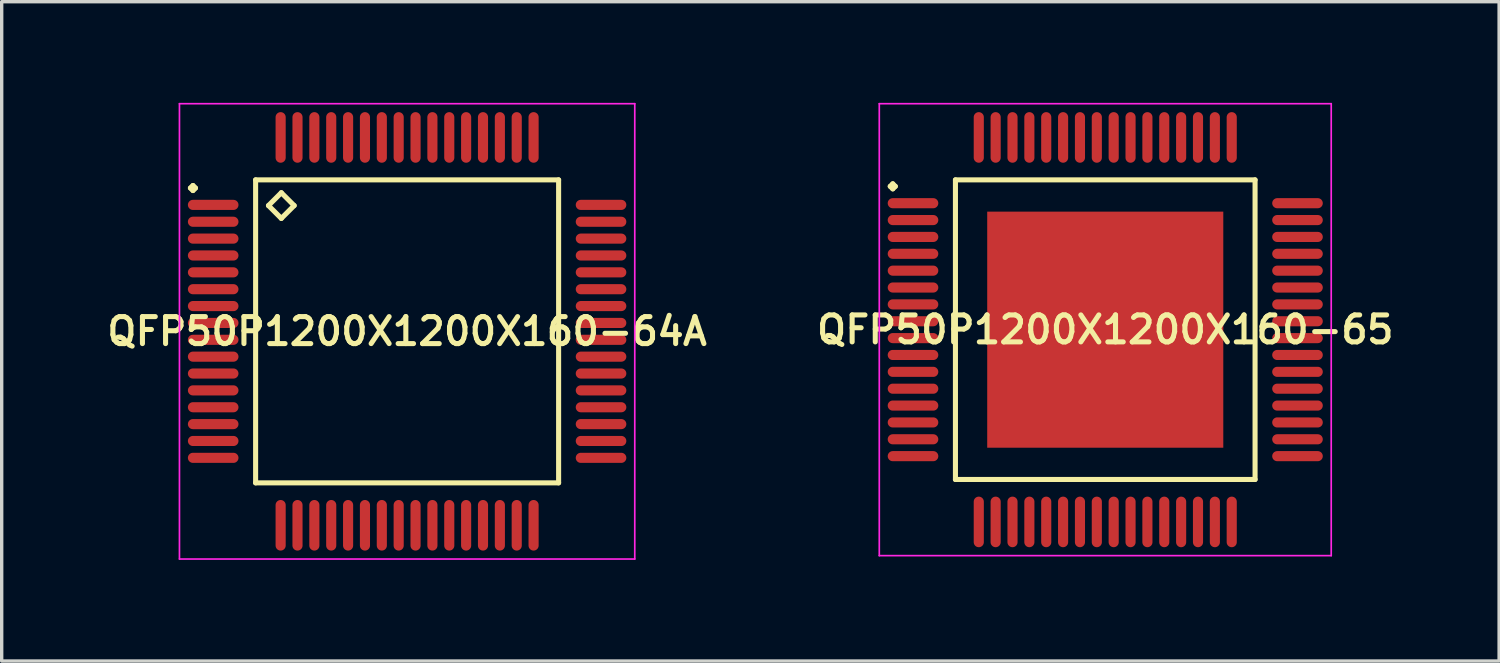
<source format=kicad_pcb>
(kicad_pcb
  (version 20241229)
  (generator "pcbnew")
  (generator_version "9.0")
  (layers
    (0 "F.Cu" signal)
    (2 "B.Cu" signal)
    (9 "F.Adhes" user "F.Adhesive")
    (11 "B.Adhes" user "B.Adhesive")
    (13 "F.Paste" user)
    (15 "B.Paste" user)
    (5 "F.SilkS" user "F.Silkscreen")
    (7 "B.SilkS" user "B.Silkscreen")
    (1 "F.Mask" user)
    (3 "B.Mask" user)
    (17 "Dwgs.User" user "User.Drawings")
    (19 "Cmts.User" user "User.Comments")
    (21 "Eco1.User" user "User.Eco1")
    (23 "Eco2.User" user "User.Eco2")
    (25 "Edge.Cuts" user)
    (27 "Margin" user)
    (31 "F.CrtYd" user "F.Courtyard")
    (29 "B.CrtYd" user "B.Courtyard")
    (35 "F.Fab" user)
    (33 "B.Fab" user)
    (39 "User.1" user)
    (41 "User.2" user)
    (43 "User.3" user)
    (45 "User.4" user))
  (footprint "QFP50P1200X1200X160-65"
    (layer "F.Cu")
    (at 29.721 6.725)
    (property "Reference" "QFP50P1200X1200X160-65" (at 0 0 0) (layer "F.SilkS") (effects (font (size 0.8 0.8) (thickness 0.15))))
    (attr smd)
    (fp_line (start -6.375 -4.25) (end -6.3 -4.325) (stroke (width 0.15) (type solid)) (layer "F.SilkS"))
    (fp_line (start -6.3 -4.325) (end -6.225 -4.25) (stroke (width 0.15) (type solid)) (layer "F.SilkS"))
    (fp_line (start -6.3 -4.175) (end -6.375 -4.25) (stroke (width 0.15) (type solid)) (layer "F.SilkS"))
    (fp_line (start -6.225 -4.25) (end -6.3 -4.175) (stroke (width 0.15) (type solid)) (layer "F.SilkS"))
    (fp_line (start -4.442 -4.442) (end -4.442 4.442) (stroke (width 0.15) (type solid)) (layer "F.SilkS"))
    (fp_line (start -4.442 4.442) (end 4.442 4.442) (stroke (width 0.15) (type solid)) (layer "F.SilkS"))
    (fp_line (start 4.442 -4.442) (end -4.442 -4.442) (stroke (width 0.15) (type solid)) (layer "F.SilkS"))
    (fp_line (start 4.442 4.442) (end 4.442 -4.442) (stroke (width 0.15) (type solid)) (layer "F.SilkS"))
    (fp_line (start -6.7 -6.7) (end 6.7 -6.7) (stroke (width 0.05) (type solid)) (layer "F.CrtYd"))
    (fp_line (start -6.7 6.7) (end -6.7 -6.7) (stroke (width 0.05) (type solid)) (layer "F.CrtYd"))
    (fp_line (start 6.7 -6.7) (end 6.7 6.7) (stroke (width 0.05) (type solid)) (layer "F.CrtYd"))
    (fp_line (start 6.7 6.7) (end -6.7 6.7) (stroke (width 0.05) (type solid)) (layer "F.CrtYd"))
    (pad "1" smd oval (at -5.7 -3.75) (size 1.5 0.3) (layers "F.Cu" "F.Mask" "F.Paste"))
    (pad "2" smd oval (at -5.7 -3.25) (size 1.5 0.3) (layers "F.Cu" "F.Mask" "F.Paste"))
    (pad "3" smd oval (at -5.7 -2.75) (size 1.5 0.3) (layers "F.Cu" "F.Mask" "F.Paste"))
    (pad "4" smd oval (at -5.7 -2.25) (size 1.5 0.3) (layers "F.Cu" "F.Mask" "F.Paste"))
    (pad "5" smd oval (at -5.7 -1.75) (size 1.5 0.3) (layers "F.Cu" "F.Mask" "F.Paste"))
    (pad "6" smd oval (at -5.7 -1.25) (size 1.5 0.3) (layers "F.Cu" "F.Mask" "F.Paste"))
    (pad "7" smd oval (at -5.7 -0.75) (size 1.5 0.3) (layers "F.Cu" "F.Mask" "F.Paste"))
    (pad "8" smd oval (at -5.7 -0.25) (size 1.5 0.3) (layers "F.Cu" "F.Mask" "F.Paste"))
    (pad "9" smd oval (at -5.7 0.25) (size 1.5 0.3) (layers "F.Cu" "F.Mask" "F.Paste"))
    (pad "10" smd oval (at -5.7 0.75) (size 1.5 0.3) (layers "F.Cu" "F.Mask" "F.Paste"))
    (pad "11" smd oval (at -5.7 1.25) (size 1.5 0.3) (layers "F.Cu" "F.Mask" "F.Paste"))
    (pad "12" smd oval (at -5.7 1.75) (size 1.5 0.3) (layers "F.Cu" "F.Mask" "F.Paste"))
    (pad "13" smd oval (at -5.7 2.25) (size 1.5 0.3) (layers "F.Cu" "F.Mask" "F.Paste"))
    (pad "14" smd oval (at -5.7 2.75) (size 1.5 0.3) (layers "F.Cu" "F.Mask" "F.Paste"))
    (pad "15" smd oval (at -5.7 3.25) (size 1.5 0.3) (layers "F.Cu" "F.Mask" "F.Paste"))
    (pad "16" smd oval (at -5.7 3.75) (size 1.5 0.3) (layers "F.Cu" "F.Mask" "F.Paste"))
    (pad "17" smd oval (at -3.75 5.7) (size 0.3 1.5) (layers "F.Cu" "F.Mask" "F.Paste"))
    (pad "18" smd oval (at -3.25 5.7) (size 0.3 1.5) (layers "F.Cu" "F.Mask" "F.Paste"))
    (pad "19" smd oval (at -2.75 5.7) (size 0.3 1.5) (layers "F.Cu" "F.Mask" "F.Paste"))
    (pad "20" smd oval (at -2.25 5.7) (size 0.3 1.5) (layers "F.Cu" "F.Mask" "F.Paste"))
    (pad "21" smd oval (at -1.75 5.7) (size 0.3 1.5) (layers "F.Cu" "F.Mask" "F.Paste"))
    (pad "22" smd oval (at -1.25 5.7) (size 0.3 1.5) (layers "F.Cu" "F.Mask" "F.Paste"))
    (pad "23" smd oval (at -0.75 5.7) (size 0.3 1.5) (layers "F.Cu" "F.Mask" "F.Paste"))
    (pad "24" smd oval (at -0.25 5.7) (size 0.3 1.5) (layers "F.Cu" "F.Mask" "F.Paste"))
    (pad "25" smd oval (at 0.25 5.7) (size 0.3 1.5) (layers "F.Cu" "F.Mask" "F.Paste"))
    (pad "26" smd oval (at 0.75 5.7) (size 0.3 1.5) (layers "F.Cu" "F.Mask" "F.Paste"))
    (pad "27" smd oval (at 1.25 5.7) (size 0.3 1.5) (layers "F.Cu" "F.Mask" "F.Paste"))
    (pad "28" smd oval (at 1.75 5.7) (size 0.3 1.5) (layers "F.Cu" "F.Mask" "F.Paste"))
    (pad "29" smd oval (at 2.25 5.7) (size 0.3 1.5) (layers "F.Cu" "F.Mask" "F.Paste"))
    (pad "30" smd oval (at 2.75 5.7) (size 0.3 1.5) (layers "F.Cu" "F.Mask" "F.Paste"))
    (pad "31" smd oval (at 3.25 5.7) (size 0.3 1.5) (layers "F.Cu" "F.Mask" "F.Paste"))
    (pad "32" smd oval (at 3.75 5.7) (size 0.3 1.5) (layers "F.Cu" "F.Mask" "F.Paste"))
    (pad "33" smd oval (at 5.7 3.75) (size 1.5 0.3) (layers "F.Cu" "F.Mask" "F.Paste"))
    (pad "34" smd oval (at 5.7 3.25) (size 1.5 0.3) (layers "F.Cu" "F.Mask" "F.Paste"))
    (pad "35" smd oval (at 5.7 2.75) (size 1.5 0.3) (layers "F.Cu" "F.Mask" "F.Paste"))
    (pad "36" smd oval (at 5.7 2.25) (size 1.5 0.3) (layers "F.Cu" "F.Mask" "F.Paste"))
    (pad "37" smd oval (at 5.7 1.75) (size 1.5 0.3) (layers "F.Cu" "F.Mask" "F.Paste"))
    (pad "38" smd oval (at 5.7 1.25) (size 1.5 0.3) (layers "F.Cu" "F.Mask" "F.Paste"))
    (pad "39" smd oval (at 5.7 0.75) (size 1.5 0.3) (layers "F.Cu" "F.Mask" "F.Paste"))
    (pad "40" smd oval (at 5.7 0.25) (size 1.5 0.3) (layers "F.Cu" "F.Mask" "F.Paste"))
    (pad "41" smd oval (at 5.7 -0.25) (size 1.5 0.3) (layers "F.Cu" "F.Mask" "F.Paste"))
    (pad "42" smd oval (at 5.7 -0.75) (size 1.5 0.3) (layers "F.Cu" "F.Mask" "F.Paste"))
    (pad "43" smd oval (at 5.7 -1.25) (size 1.5 0.3) (layers "F.Cu" "F.Mask" "F.Paste"))
    (pad "44" smd oval (at 5.7 -1.75) (size 1.5 0.3) (layers "F.Cu" "F.Mask" "F.Paste"))
    (pad "45" smd oval (at 5.7 -2.25) (size 1.5 0.3) (layers "F.Cu" "F.Mask" "F.Paste"))
    (pad "46" smd oval (at 5.7 -2.75) (size 1.5 0.3) (layers "F.Cu" "F.Mask" "F.Paste"))
    (pad "47" smd oval (at 5.7 -3.25) (size 1.5 0.3) (layers "F.Cu" "F.Mask" "F.Paste"))
    (pad "48" smd oval (at 5.7 -3.75) (size 1.5 0.3) (layers "F.Cu" "F.Mask" "F.Paste"))
    (pad "49" smd oval (at 3.75 -5.7) (size 0.3 1.5) (layers "F.Cu" "F.Mask" "F.Paste"))
    (pad "50" smd oval (at 3.25 -5.7) (size 0.3 1.5) (layers "F.Cu" "F.Mask" "F.Paste"))
    (pad "51" smd oval (at 2.75 -5.7) (size 0.3 1.5) (layers "F.Cu" "F.Mask" "F.Paste"))
    (pad "52" smd oval (at 2.25 -5.7) (size 0.3 1.5) (layers "F.Cu" "F.Mask" "F.Paste"))
    (pad "53" smd oval (at 1.75 -5.7) (size 0.3 1.5) (layers "F.Cu" "F.Mask" "F.Paste"))
    (pad "54" smd oval (at 1.25 -5.7) (size 0.3 1.5) (layers "F.Cu" "F.Mask" "F.Paste"))
    (pad "55" smd oval (at 0.75 -5.7) (size 0.3 1.5) (layers "F.Cu" "F.Mask" "F.Paste"))
    (pad "56" smd oval (at 0.25 -5.7) (size 0.3 1.5) (layers "F.Cu" "F.Mask" "F.Paste"))
    (pad "57" smd oval (at -0.25 -5.7) (size 0.3 1.5) (layers "F.Cu" "F.Mask" "F.Paste"))
    (pad "58" smd oval (at -0.75 -5.7) (size 0.3 1.5) (layers "F.Cu" "F.Mask" "F.Paste"))
    (pad "59" smd oval (at -1.25 -5.7) (size 0.3 1.5) (layers "F.Cu" "F.Mask" "F.Paste"))
    (pad "60" smd oval (at -1.75 -5.7) (size 0.3 1.5) (layers "F.Cu" "F.Mask" "F.Paste"))
    (pad "61" smd oval (at -2.25 -5.7) (size 0.3 1.5) (layers "F.Cu" "F.Mask" "F.Paste"))
    (pad "62" smd oval (at -2.75 -5.7) (size 0.3 1.5) (layers "F.Cu" "F.Mask" "F.Paste"))
    (pad "63" smd oval (at -3.25 -5.7) (size 0.3 1.5) (layers "F.Cu" "F.Mask" "F.Paste"))
    (pad "64" smd oval (at -3.75 -5.7) (size 0.3 1.5) (layers "F.Cu" "F.Mask" "F.Paste"))
    (pad "65" smd rect (at 0 0) (size 7 7) (layers "F.Cu" "F.Mask" "F.Paste")))
  (footprint "QFP50P1200X1200X160-64A"
    (layer "F.Cu")
    (at 9.021 6.775)
    (property "Reference" "QFP50P1200X1200X160-64A" (at 0 0 0) (layer "F.SilkS") (effects (font (size 0.8 0.8) (thickness 0.15))))
    (attr smd)
    (fp_line (start -6.425 -4.25) (end -6.35 -4.325) (stroke (width 0.15) (type solid)) (layer "F.SilkS"))
    (fp_line (start -6.35 -4.325) (end -6.275 -4.25) (stroke (width 0.15) (type solid)) (layer "F.SilkS"))
    (fp_line (start -6.35 -4.175) (end -6.425 -4.25) (stroke (width 0.15) (type solid)) (layer "F.SilkS"))
    (fp_line (start -6.275 -4.25) (end -6.35 -4.175) (stroke (width 0.15) (type solid)) (layer "F.SilkS"))
    (fp_line (start -4.492 -4.492) (end -4.492 4.492) (stroke (width 0.15) (type solid)) (layer "F.SilkS"))
    (fp_line (start -4.492 4.492) (end 4.492 4.492) (stroke (width 0.15) (type solid)) (layer "F.SilkS"))
    (fp_line (start -4.111 -3.73) (end -3.73 -4.111) (stroke (width 0.15) (type solid)) (layer "F.SilkS"))
    (fp_line (start -3.73 -4.111) (end -3.349 -3.73) (stroke (width 0.15) (type solid)) (layer "F.SilkS"))
    (fp_line (start -3.73 -3.349) (end -4.111 -3.73) (stroke (width 0.15) (type solid)) (layer "F.SilkS"))
    (fp_line (start -3.349 -3.73) (end -3.73 -3.349) (stroke (width 0.15) (type solid)) (layer "F.SilkS"))
    (fp_line (start 4.492 -4.492) (end -4.492 -4.492) (stroke (width 0.15) (type solid)) (layer "F.SilkS"))
    (fp_line (start 4.492 4.492) (end 4.492 -4.492) (stroke (width 0.15) (type solid)) (layer "F.SilkS"))
    (fp_line (start -6.75 -6.75) (end 6.75 -6.75) (stroke (width 0.05) (type solid)) (layer "F.CrtYd"))
    (fp_line (start -6.75 6.75) (end -6.75 -6.75) (stroke (width 0.05) (type solid)) (layer "F.CrtYd"))
    (fp_line (start 6.75 -6.75) (end 6.75 6.75) (stroke (width 0.05) (type solid)) (layer "F.CrtYd"))
    (fp_line (start 6.75 6.75) (end -6.75 6.75) (stroke (width 0.05) (type solid)) (layer "F.CrtYd"))
    (pad "1" smd oval (at -5.75 -3.75) (size 1.5 0.3) (layers "F.Cu" "F.Mask" "F.Paste"))
    (pad "2" smd oval (at -5.75 -3.25) (size 1.5 0.3) (layers "F.Cu" "F.Mask" "F.Paste"))
    (pad "3" smd oval (at -5.75 -2.75) (size 1.5 0.3) (layers "F.Cu" "F.Mask" "F.Paste"))
    (pad "4" smd oval (at -5.75 -2.25) (size 1.5 0.3) (layers "F.Cu" "F.Mask" "F.Paste"))
    (pad "5" smd oval (at -5.75 -1.75) (size 1.5 0.3) (layers "F.Cu" "F.Mask" "F.Paste"))
    (pad "6" smd oval (at -5.75 -1.25) (size 1.5 0.3) (layers "F.Cu" "F.Mask" "F.Paste"))
    (pad "7" smd oval (at -5.75 -0.75) (size 1.5 0.3) (layers "F.Cu" "F.Mask" "F.Paste"))
    (pad "8" smd oval (at -5.75 -0.25) (size 1.5 0.3) (layers "F.Cu" "F.Mask" "F.Paste"))
    (pad "9" smd oval (at -5.75 0.25) (size 1.5 0.3) (layers "F.Cu" "F.Mask" "F.Paste"))
    (pad "10" smd oval (at -5.75 0.75) (size 1.5 0.3) (layers "F.Cu" "F.Mask" "F.Paste"))
    (pad "11" smd oval (at -5.75 1.25) (size 1.5 0.3) (layers "F.Cu" "F.Mask" "F.Paste"))
    (pad "12" smd oval (at -5.75 1.75) (size 1.5 0.3) (layers "F.Cu" "F.Mask" "F.Paste"))
    (pad "13" smd oval (at -5.75 2.25) (size 1.5 0.3) (layers "F.Cu" "F.Mask" "F.Paste"))
    (pad "14" smd oval (at -5.75 2.75) (size 1.5 0.3) (layers "F.Cu" "F.Mask" "F.Paste"))
    (pad "15" smd oval (at -5.75 3.25) (size 1.5 0.3) (layers "F.Cu" "F.Mask" "F.Paste"))
    (pad "16" smd oval (at -5.75 3.75) (size 1.5 0.3) (layers "F.Cu" "F.Mask" "F.Paste"))
    (pad "17" smd oval (at -3.75 5.75) (size 0.3 1.5) (layers "F.Cu" "F.Mask" "F.Paste"))
    (pad "18" smd oval (at -3.25 5.75) (size 0.3 1.5) (layers "F.Cu" "F.Mask" "F.Paste"))
    (pad "19" smd oval (at -2.75 5.75) (size 0.3 1.5) (layers "F.Cu" "F.Mask" "F.Paste"))
    (pad "20" smd oval (at -2.25 5.75) (size 0.3 1.5) (layers "F.Cu" "F.Mask" "F.Paste"))
    (pad "21" smd oval (at -1.75 5.75) (size 0.3 1.5) (layers "F.Cu" "F.Mask" "F.Paste"))
    (pad "22" smd oval (at -1.25 5.75) (size 0.3 1.5) (layers "F.Cu" "F.Mask" "F.Paste"))
    (pad "23" smd oval (at -0.75 5.75) (size 0.3 1.5) (layers "F.Cu" "F.Mask" "F.Paste"))
    (pad "24" smd oval (at -0.25 5.75) (size 0.3 1.5) (layers "F.Cu" "F.Mask" "F.Paste"))
    (pad "25" smd oval (at 0.25 5.75) (size 0.3 1.5) (layers "F.Cu" "F.Mask" "F.Paste"))
    (pad "26" smd oval (at 0.75 5.75) (size 0.3 1.5) (layers "F.Cu" "F.Mask" "F.Paste"))
    (pad "27" smd oval (at 1.25 5.75) (size 0.3 1.5) (layers "F.Cu" "F.Mask" "F.Paste"))
    (pad "28" smd oval (at 1.75 5.75) (size 0.3 1.5) (layers "F.Cu" "F.Mask" "F.Paste"))
    (pad "29" smd oval (at 2.25 5.75) (size 0.3 1.5) (layers "F.Cu" "F.Mask" "F.Paste"))
    (pad "30" smd oval (at 2.75 5.75) (size 0.3 1.5) (layers "F.Cu" "F.Mask" "F.Paste"))
    (pad "31" smd oval (at 3.25 5.75) (size 0.3 1.5) (layers "F.Cu" "F.Mask" "F.Paste"))
    (pad "32" smd oval (at 3.75 5.75) (size 0.3 1.5) (layers "F.Cu" "F.Mask" "F.Paste"))
    (pad "33" smd oval (at 5.75 3.75) (size 1.5 0.3) (layers "F.Cu" "F.Mask" "F.Paste"))
    (pad "34" smd oval (at 5.75 3.25) (size 1.5 0.3) (layers "F.Cu" "F.Mask" "F.Paste"))
    (pad "35" smd oval (at 5.75 2.75) (size 1.5 0.3) (layers "F.Cu" "F.Mask" "F.Paste"))
    (pad "36" smd oval (at 5.75 2.25) (size 1.5 0.3) (layers "F.Cu" "F.Mask" "F.Paste"))
    (pad "37" smd oval (at 5.75 1.75) (size 1.5 0.3) (layers "F.Cu" "F.Mask" "F.Paste"))
    (pad "38" smd oval (at 5.75 1.25) (size 1.5 0.3) (layers "F.Cu" "F.Mask" "F.Paste"))
    (pad "39" smd oval (at 5.75 0.75) (size 1.5 0.3) (layers "F.Cu" "F.Mask" "F.Paste"))
    (pad "40" smd oval (at 5.75 0.25) (size 1.5 0.3) (layers "F.Cu" "F.Mask" "F.Paste"))
    (pad "41" smd oval (at 5.75 -0.25) (size 1.5 0.3) (layers "F.Cu" "F.Mask" "F.Paste"))
    (pad "42" smd oval (at 5.75 -0.75) (size 1.5 0.3) (layers "F.Cu" "F.Mask" "F.Paste"))
    (pad "43" smd oval (at 5.75 -1.25) (size 1.5 0.3) (layers "F.Cu" "F.Mask" "F.Paste"))
    (pad "44" smd oval (at 5.75 -1.75) (size 1.5 0.3) (layers "F.Cu" "F.Mask" "F.Paste"))
    (pad "45" smd oval (at 5.75 -2.25) (size 1.5 0.3) (layers "F.Cu" "F.Mask" "F.Paste"))
    (pad "46" smd oval (at 5.75 -2.75) (size 1.5 0.3) (layers "F.Cu" "F.Mask" "F.Paste"))
    (pad "47" smd oval (at 5.75 -3.25) (size 1.5 0.3) (layers "F.Cu" "F.Mask" "F.Paste"))
    (pad "48" smd oval (at 5.75 -3.75) (size 1.5 0.3) (layers "F.Cu" "F.Mask" "F.Paste"))
    (pad "49" smd oval (at 3.75 -5.75) (size 0.3 1.5) (layers "F.Cu" "F.Mask" "F.Paste"))
    (pad "50" smd oval (at 3.25 -5.75) (size 0.3 1.5) (layers "F.Cu" "F.Mask" "F.Paste"))
    (pad "51" smd oval (at 2.75 -5.75) (size 0.3 1.5) (layers "F.Cu" "F.Mask" "F.Paste"))
    (pad "52" smd oval (at 2.25 -5.75) (size 0.3 1.5) (layers "F.Cu" "F.Mask" "F.Paste"))
    (pad "53" smd oval (at 1.75 -5.75) (size 0.3 1.5) (layers "F.Cu" "F.Mask" "F.Paste"))
    (pad "54" smd oval (at 1.25 -5.75) (size 0.3 1.5) (layers "F.Cu" "F.Mask" "F.Paste"))
    (pad "55" smd oval (at 0.75 -5.75) (size 0.3 1.5) (layers "F.Cu" "F.Mask" "F.Paste"))
    (pad "56" smd oval (at 0.25 -5.75) (size 0.3 1.5) (layers "F.Cu" "F.Mask" "F.Paste"))
    (pad "57" smd oval (at -0.25 -5.75) (size 0.3 1.5) (layers "F.Cu" "F.Mask" "F.Paste"))
    (pad "58" smd oval (at -0.75 -5.75) (size 0.3 1.5) (layers "F.Cu" "F.Mask" "F.Paste"))
    (pad "59" smd oval (at -1.25 -5.75) (size 0.3 1.5) (layers "F.Cu" "F.Mask" "F.Paste"))
    (pad "60" smd oval (at -1.75 -5.75) (size 0.3 1.5) (layers "F.Cu" "F.Mask" "F.Paste"))
    (pad "61" smd oval (at -2.25 -5.75) (size 0.3 1.5) (layers "F.Cu" "F.Mask" "F.Paste"))
    (pad "62" smd oval (at -2.75 -5.75) (size 0.3 1.5) (layers "F.Cu" "F.Mask" "F.Paste"))
    (pad "63" smd oval (at -3.25 -5.75) (size 0.3 1.5) (layers "F.Cu" "F.Mask" "F.Paste"))
    (pad "64" smd oval (at -3.75 -5.75) (size 0.3 1.5) (layers "F.Cu" "F.Mask" "F.Paste")))
  (gr_rect
    (start -3 -3)
    (end 41.399 16.55)
    (stroke (width 0.1) (type default))
    (fill no)
    (layer "Edge.Cuts")))
</source>
